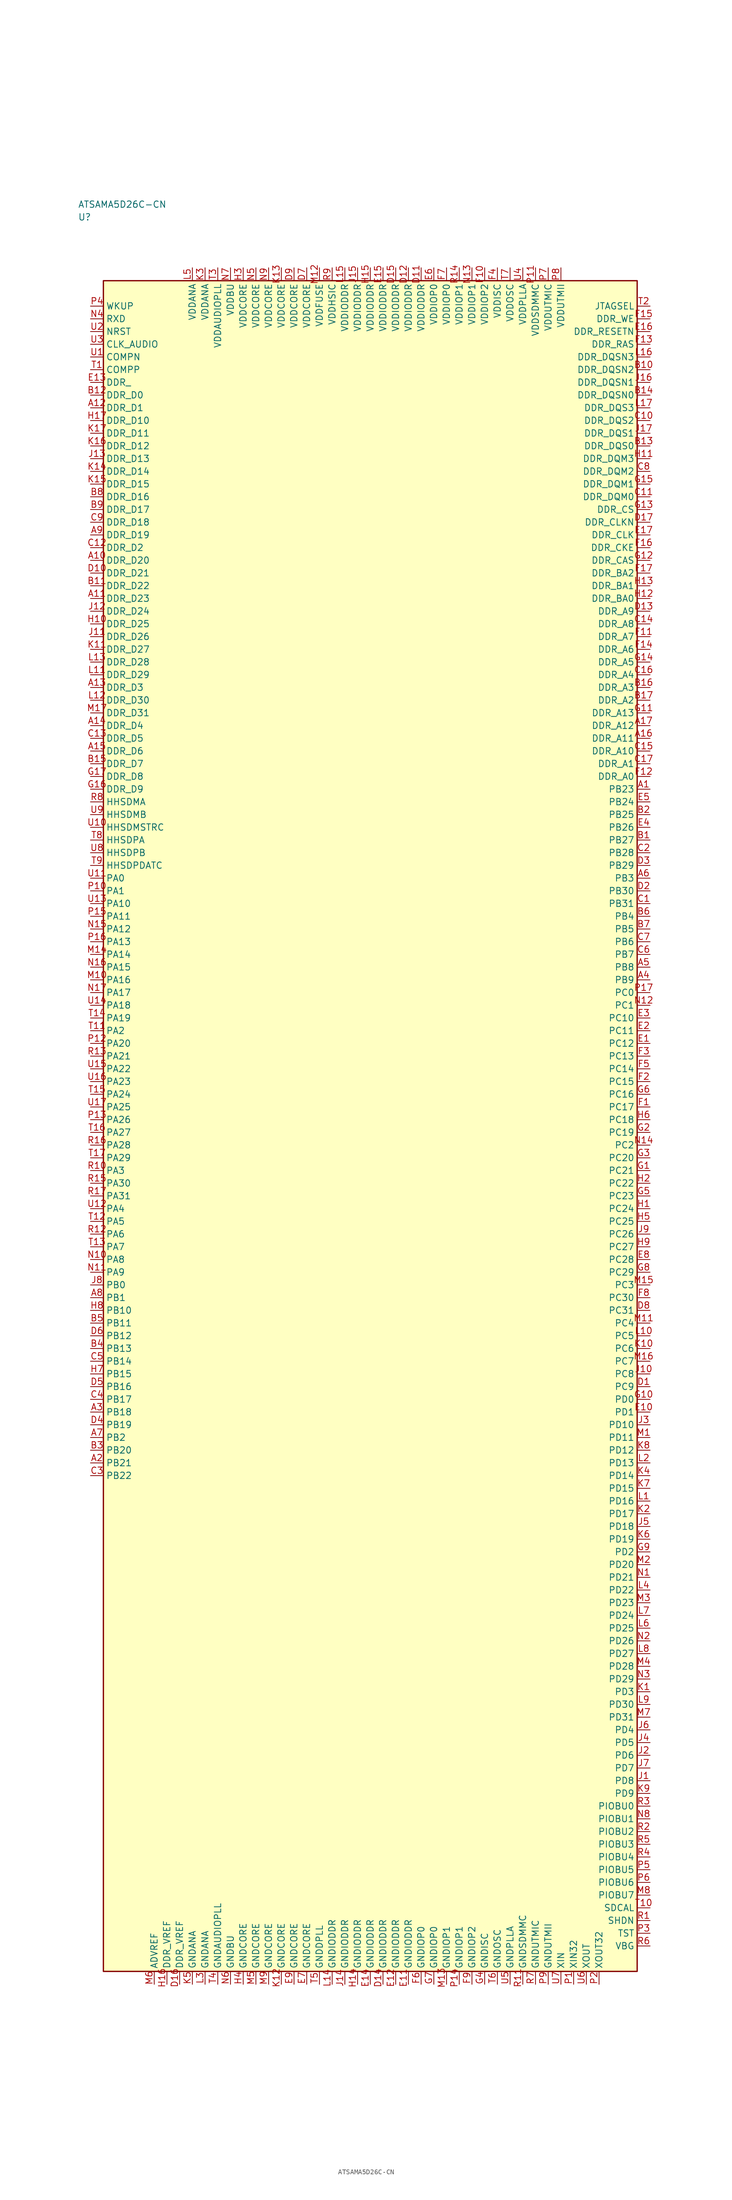
<source format=kicad_sym>
(kicad_symbol_lib
  (version 20241025)
  (generator "kicad_symbol_editor")
  (generator_version "8.0")
  (symbol "ATSAMA5D26C-CN"
    (property "Reference" "U"
      (at -57.5 178.75 0)
      (effects (font (size 1.27 1.27)) (justify left)))
    (property "Value" "ATSAMA5D26C-CN"
      (at -57.5 181.25 0)
      (effects (font (size 1.27 1.27)) (justify left)))
    (symbol "ATSAMA5D26C-CN_0_1"
      (rectangle (start -52.5 166.25) (end 52.5 -166.25) (stroke (width 0.254) (type default)) (fill (type background))))
    (symbol "ATSAMA5D26C-CN_1_1"
      (pin bidirectional line (at -55.04 48.75 0.0) (length 2.54) (name "PA0" (effects (font (size 1.27 1.27)))) (number "U11" (effects (font (size 1.27 1.27)))))
      (pin bidirectional line (at -55.04 46.25 0.0) (length 2.54) (name "PA1" (effects (font (size 1.27 1.27)))) (number "P10" (effects (font (size 1.27 1.27)))))
      (pin bidirectional line (at -55.04 18.75 0.0) (length 2.54) (name "PA2" (effects (font (size 1.27 1.27)))) (number "T11" (effects (font (size 1.27 1.27)))))
      (pin bidirectional line (at -55.04 -8.75 0.0) (length 2.54) (name "PA3" (effects (font (size 1.27 1.27)))) (number "R10" (effects (font (size 1.27 1.27)))))
      (pin bidirectional line (at -55.04 -16.25 0.0) (length 2.54) (name "PA4" (effects (font (size 1.27 1.27)))) (number "U12" (effects (font (size 1.27 1.27)))))
      (pin bidirectional line (at -55.04 -18.75 0.0) (length 2.54) (name "PA5" (effects (font (size 1.27 1.27)))) (number "T12" (effects (font (size 1.27 1.27)))))
      (pin bidirectional line (at -55.04 -21.25 0.0) (length 2.54) (name "PA6" (effects (font (size 1.27 1.27)))) (number "R12" (effects (font (size 1.27 1.27)))))
      (pin bidirectional line (at -55.04 -23.75 0.0) (length 2.54) (name "PA7" (effects (font (size 1.27 1.27)))) (number "T13" (effects (font (size 1.27 1.27)))))
      (pin bidirectional line (at -55.04 -26.25 0.0) (length 2.54) (name "PA8" (effects (font (size 1.27 1.27)))) (number "N10" (effects (font (size 1.27 1.27)))))
      (pin bidirectional line (at -55.04 -28.75 0.0) (length 2.54) (name "PA9" (effects (font (size 1.27 1.27)))) (number "N11" (effects (font (size 1.27 1.27)))))
      (pin bidirectional line (at -55.04 43.75 0.0) (length 2.54) (name "PA10" (effects (font (size 1.27 1.27)))) (number "U13" (effects (font (size 1.27 1.27)))))
      (pin bidirectional line (at -55.04 41.25 0.0) (length 2.54) (name "PA11" (effects (font (size 1.27 1.27)))) (number "P15" (effects (font (size 1.27 1.27)))))
      (pin bidirectional line (at -55.04 38.75 0.0) (length 2.54) (name "PA12" (effects (font (size 1.27 1.27)))) (number "N15" (effects (font (size 1.27 1.27)))))
      (pin bidirectional line (at -55.04 36.25 0.0) (length 2.54) (name "PA13" (effects (font (size 1.27 1.27)))) (number "P16" (effects (font (size 1.27 1.27)))))
      (pin bidirectional line (at -55.04 33.75 0.0) (length 2.54) (name "PA14" (effects (font (size 1.27 1.27)))) (number "M14" (effects (font (size 1.27 1.27)))))
      (pin bidirectional line (at -55.04 31.25 0.0) (length 2.54) (name "PA15" (effects (font (size 1.27 1.27)))) (number "N16" (effects (font (size 1.27 1.27)))))
      (pin bidirectional line (at -55.04 28.75 0.0) (length 2.54) (name "PA16" (effects (font (size 1.27 1.27)))) (number "M10" (effects (font (size 1.27 1.27)))))
      (pin bidirectional line (at -55.04 26.25 0.0) (length 2.54) (name "PA17" (effects (font (size 1.27 1.27)))) (number "N17" (effects (font (size 1.27 1.27)))))
      (pin bidirectional line (at -55.04 23.75 0.0) (length 2.54) (name "PA18" (effects (font (size 1.27 1.27)))) (number "U14" (effects (font (size 1.27 1.27)))))
      (pin bidirectional line (at -55.04 21.25 0.0) (length 2.54) (name "PA19" (effects (font (size 1.27 1.27)))) (number "T14" (effects (font (size 1.27 1.27)))))
      (pin bidirectional line (at -55.04 16.25 0.0) (length 2.54) (name "PA20" (effects (font (size 1.27 1.27)))) (number "P12" (effects (font (size 1.27 1.27)))))
      (pin bidirectional line (at -55.04 13.75 0.0) (length 2.54) (name "PA21" (effects (font (size 1.27 1.27)))) (number "R13" (effects (font (size 1.27 1.27)))))
      (pin bidirectional line (at -55.04 11.25 0.0) (length 2.54) (name "PA22" (effects (font (size 1.27 1.27)))) (number "U15" (effects (font (size 1.27 1.27)))))
      (pin bidirectional line (at -55.04 8.75 0.0) (length 2.54) (name "PA23" (effects (font (size 1.27 1.27)))) (number "U16" (effects (font (size 1.27 1.27)))))
      (pin bidirectional line (at -55.04 6.25 0.0) (length 2.54) (name "PA24" (effects (font (size 1.27 1.27)))) (number "T15" (effects (font (size 1.27 1.27)))))
      (pin bidirectional line (at -55.04 3.75 0.0) (length 2.54) (name "PA25" (effects (font (size 1.27 1.27)))) (number "U17" (effects (font (size 1.27 1.27)))))
      (pin bidirectional line (at -55.04 1.25 0.0) (length 2.54) (name "PA26" (effects (font (size 1.27 1.27)))) (number "P13" (effects (font (size 1.27 1.27)))))
      (pin bidirectional line (at -55.04 -1.25 0.0) (length 2.54) (name "PA27" (effects (font (size 1.27 1.27)))) (number "T16" (effects (font (size 1.27 1.27)))))
      (pin bidirectional line (at -55.04 -3.75 0.0) (length 2.54) (name "PA28" (effects (font (size 1.27 1.27)))) (number "R16" (effects (font (size 1.27 1.27)))))
      (pin bidirectional line (at -55.04 -6.25 0.0) (length 2.54) (name "PA29" (effects (font (size 1.27 1.27)))) (number "T17" (effects (font (size 1.27 1.27)))))
      (pin bidirectional line (at -55.04 -11.25 0.0) (length 2.54) (name "PA30" (effects (font (size 1.27 1.27)))) (number "R15" (effects (font (size 1.27 1.27)))))
      (pin bidirectional line (at -55.04 -13.75 0.0) (length 2.54) (name "PA31" (effects (font (size 1.27 1.27)))) (number "R17" (effects (font (size 1.27 1.27)))))
      (pin bidirectional line (at -55.04 -31.25 0.0) (length 2.54) (name "PB0" (effects (font (size 1.27 1.27)))) (number "J8" (effects (font (size 1.27 1.27)))))
      (pin bidirectional line (at -55.04 -33.75 0.0) (length 2.54) (name "PB1" (effects (font (size 1.27 1.27)))) (number "A8" (effects (font (size 1.27 1.27)))))
      (pin bidirectional line (at -55.04 -61.25 0.0) (length 2.54) (name "PB2" (effects (font (size 1.27 1.27)))) (number "A7" (effects (font (size 1.27 1.27)))))
      (pin bidirectional line (at 55.04 48.75 180.0) (length 2.54) (name "PB3" (effects (font (size 1.27 1.27)))) (number "A6" (effects (font (size 1.27 1.27)))))
      (pin bidirectional line (at 55.04 41.25 180.0) (length 2.54) (name "PB4" (effects (font (size 1.27 1.27)))) (number "B6" (effects (font (size 1.27 1.27)))))
      (pin bidirectional line (at 55.04 38.75 180.0) (length 2.54) (name "PB5" (effects (font (size 1.27 1.27)))) (number "B7" (effects (font (size 1.27 1.27)))))
      (pin bidirectional line (at 55.04 36.25 180.0) (length 2.54) (name "PB6" (effects (font (size 1.27 1.27)))) (number "C7" (effects (font (size 1.27 1.27)))))
      (pin bidirectional line (at 55.04 33.75 180.0) (length 2.54) (name "PB7" (effects (font (size 1.27 1.27)))) (number "C6" (effects (font (size 1.27 1.27)))))
      (pin bidirectional line (at 55.04 31.25 180.0) (length 2.54) (name "PB8" (effects (font (size 1.27 1.27)))) (number "A5" (effects (font (size 1.27 1.27)))))
      (pin bidirectional line (at 55.04 28.75 180.0) (length 2.54) (name "PB9" (effects (font (size 1.27 1.27)))) (number "A4" (effects (font (size 1.27 1.27)))))
      (pin bidirectional line (at -55.04 -36.25 0.0) (length 2.54) (name "PB10" (effects (font (size 1.27 1.27)))) (number "H8" (effects (font (size 1.27 1.27)))))
      (pin bidirectional line (at -55.04 -38.75 0.0) (length 2.54) (name "PB11" (effects (font (size 1.27 1.27)))) (number "B5" (effects (font (size 1.27 1.27)))))
      (pin bidirectional line (at -55.04 -41.25 0.0) (length 2.54) (name "PB12" (effects (font (size 1.27 1.27)))) (number "D6" (effects (font (size 1.27 1.27)))))
      (pin bidirectional line (at -55.04 -43.75 0.0) (length 2.54) (name "PB13" (effects (font (size 1.27 1.27)))) (number "B4" (effects (font (size 1.27 1.27)))))
      (pin bidirectional line (at -55.04 -46.25 0.0) (length 2.54) (name "PB14" (effects (font (size 1.27 1.27)))) (number "C5" (effects (font (size 1.27 1.27)))))
      (pin bidirectional line (at -55.04 -48.75 0.0) (length 2.54) (name "PB15" (effects (font (size 1.27 1.27)))) (number "H7" (effects (font (size 1.27 1.27)))))
      (pin bidirectional line (at -55.04 -51.25 0.0) (length 2.54) (name "PB16" (effects (font (size 1.27 1.27)))) (number "D5" (effects (font (size 1.27 1.27)))))
      (pin bidirectional line (at -55.04 -53.75 0.0) (length 2.54) (name "PB17" (effects (font (size 1.27 1.27)))) (number "C4" (effects (font (size 1.27 1.27)))))
      (pin bidirectional line (at -55.04 -56.25 0.0) (length 2.54) (name "PB18" (effects (font (size 1.27 1.27)))) (number "A3" (effects (font (size 1.27 1.27)))))
      (pin bidirectional line (at -55.04 -58.75 0.0) (length 2.54) (name "PB19" (effects (font (size 1.27 1.27)))) (number "D4" (effects (font (size 1.27 1.27)))))
      (pin bidirectional line (at -55.04 -63.75 0.0) (length 2.54) (name "PB20" (effects (font (size 1.27 1.27)))) (number "B3" (effects (font (size 1.27 1.27)))))
      (pin bidirectional line (at -55.04 -66.25 0.0) (length 2.54) (name "PB21" (effects (font (size 1.27 1.27)))) (number "A2" (effects (font (size 1.27 1.27)))))
      (pin bidirectional line (at -55.04 -68.75 0.0) (length 2.54) (name "PB22" (effects (font (size 1.27 1.27)))) (number "C3" (effects (font (size 1.27 1.27)))))
      (pin bidirectional line (at 55.04 66.25 180.0) (length 2.54) (name "PB23" (effects (font (size 1.27 1.27)))) (number "A1" (effects (font (size 1.27 1.27)))))
      (pin bidirectional line (at 55.04 63.75 180.0) (length 2.54) (name "PB24" (effects (font (size 1.27 1.27)))) (number "E5" (effects (font (size 1.27 1.27)))))
      (pin bidirectional line (at 55.04 61.25 180.0) (length 2.54) (name "PB25" (effects (font (size 1.27 1.27)))) (number "B2" (effects (font (size 1.27 1.27)))))
      (pin bidirectional line (at 55.04 58.75 180.0) (length 2.54) (name "PB26" (effects (font (size 1.27 1.27)))) (number "E4" (effects (font (size 1.27 1.27)))))
      (pin bidirectional line (at 55.04 56.25 180.0) (length 2.54) (name "PB27" (effects (font (size 1.27 1.27)))) (number "B1" (effects (font (size 1.27 1.27)))))
      (pin bidirectional line (at 55.04 53.75 180.0) (length 2.54) (name "PB28" (effects (font (size 1.27 1.27)))) (number "C2" (effects (font (size 1.27 1.27)))))
      (pin bidirectional line (at 55.04 51.25 180.0) (length 2.54) (name "PB29" (effects (font (size 1.27 1.27)))) (number "D3" (effects (font (size 1.27 1.27)))))
      (pin bidirectional line (at 55.04 46.25 180.0) (length 2.54) (name "PB30" (effects (font (size 1.27 1.27)))) (number "D2" (effects (font (size 1.27 1.27)))))
      (pin bidirectional line (at 55.04 43.75 180.0) (length 2.54) (name "PB31" (effects (font (size 1.27 1.27)))) (number "C1" (effects (font (size 1.27 1.27)))))
      (pin bidirectional line (at 55.04 26.25 180.0) (length 2.54) (name "PC0" (effects (font (size 1.27 1.27)))) (number "P17" (effects (font (size 1.27 1.27)))))
      (pin bidirectional line (at 55.04 23.75 180.0) (length 2.54) (name "PC1" (effects (font (size 1.27 1.27)))) (number "N12" (effects (font (size 1.27 1.27)))))
      (pin bidirectional line (at 55.04 -3.75 180.0) (length 2.54) (name "PC2" (effects (font (size 1.27 1.27)))) (number "N14" (effects (font (size 1.27 1.27)))))
      (pin bidirectional line (at 55.04 -31.25 180.0) (length 2.54) (name "PC3" (effects (font (size 1.27 1.27)))) (number "M15" (effects (font (size 1.27 1.27)))))
      (pin bidirectional line (at 55.04 -38.75 180.0) (length 2.54) (name "PC4" (effects (font (size 1.27 1.27)))) (number "M11" (effects (font (size 1.27 1.27)))))
      (pin bidirectional line (at 55.04 -41.25 180.0) (length 2.54) (name "PC5" (effects (font (size 1.27 1.27)))) (number "L10" (effects (font (size 1.27 1.27)))))
      (pin bidirectional line (at 55.04 -43.75 180.0) (length 2.54) (name "PC6" (effects (font (size 1.27 1.27)))) (number "K10" (effects (font (size 1.27 1.27)))))
      (pin bidirectional line (at 55.04 -46.25 180.0) (length 2.54) (name "PC7" (effects (font (size 1.27 1.27)))) (number "M16" (effects (font (size 1.27 1.27)))))
      (pin bidirectional line (at 55.04 -48.75 180.0) (length 2.54) (name "PC8" (effects (font (size 1.27 1.27)))) (number "J10" (effects (font (size 1.27 1.27)))))
      (pin bidirectional line (at 55.04 -51.25 180.0) (length 2.54) (name "PC9" (effects (font (size 1.27 1.27)))) (number "D1" (effects (font (size 1.27 1.27)))))
      (pin bidirectional line (at 55.04 21.25 180.0) (length 2.54) (name "PC10" (effects (font (size 1.27 1.27)))) (number "E3" (effects (font (size 1.27 1.27)))))
      (pin bidirectional line (at 55.04 18.75 180.0) (length 2.54) (name "PC11" (effects (font (size 1.27 1.27)))) (number "E2" (effects (font (size 1.27 1.27)))))
      (pin bidirectional line (at 55.04 16.25 180.0) (length 2.54) (name "PC12" (effects (font (size 1.27 1.27)))) (number "E1" (effects (font (size 1.27 1.27)))))
      (pin bidirectional line (at 55.04 13.75 180.0) (length 2.54) (name "PC13" (effects (font (size 1.27 1.27)))) (number "F3" (effects (font (size 1.27 1.27)))))
      (pin bidirectional line (at 55.04 11.25 180.0) (length 2.54) (name "PC14" (effects (font (size 1.27 1.27)))) (number "F5" (effects (font (size 1.27 1.27)))))
      (pin bidirectional line (at 55.04 8.75 180.0) (length 2.54) (name "PC15" (effects (font (size 1.27 1.27)))) (number "F2" (effects (font (size 1.27 1.27)))))
      (pin bidirectional line (at 55.04 6.25 180.0) (length 2.54) (name "PC16" (effects (font (size 1.27 1.27)))) (number "G6" (effects (font (size 1.27 1.27)))))
      (pin bidirectional line (at 55.04 3.75 180.0) (length 2.54) (name "PC17" (effects (font (size 1.27 1.27)))) (number "F1" (effects (font (size 1.27 1.27)))))
      (pin bidirectional line (at 55.04 1.25 180.0) (length 2.54) (name "PC18" (effects (font (size 1.27 1.27)))) (number "H6" (effects (font (size 1.27 1.27)))))
      (pin bidirectional line (at 55.04 -1.25 180.0) (length 2.54) (name "PC19" (effects (font (size 1.27 1.27)))) (number "G2" (effects (font (size 1.27 1.27)))))
      (pin bidirectional line (at 55.04 -6.25 180.0) (length 2.54) (name "PC20" (effects (font (size 1.27 1.27)))) (number "G3" (effects (font (size 1.27 1.27)))))
      (pin bidirectional line (at 55.04 -8.75 180.0) (length 2.54) (name "PC21" (effects (font (size 1.27 1.27)))) (number "G1" (effects (font (size 1.27 1.27)))))
      (pin bidirectional line (at 55.04 -11.25 180.0) (length 2.54) (name "PC22" (effects (font (size 1.27 1.27)))) (number "H2" (effects (font (size 1.27 1.27)))))
      (pin bidirectional line (at 55.04 -13.75 180.0) (length 2.54) (name "PC23" (effects (font (size 1.27 1.27)))) (number "G5" (effects (font (size 1.27 1.27)))))
      (pin bidirectional line (at 55.04 -16.25 180.0) (length 2.54) (name "PC24" (effects (font (size 1.27 1.27)))) (number "H1" (effects (font (size 1.27 1.27)))))
      (pin bidirectional line (at 55.04 -18.75 180.0) (length 2.54) (name "PC25" (effects (font (size 1.27 1.27)))) (number "H5" (effects (font (size 1.27 1.27)))))
      (pin bidirectional line (at 55.04 -21.25 180.0) (length 2.54) (name "PC26" (effects (font (size 1.27 1.27)))) (number "J9" (effects (font (size 1.27 1.27)))))
      (pin bidirectional line (at 55.04 -23.75 180.0) (length 2.54) (name "PC27" (effects (font (size 1.27 1.27)))) (number "H9" (effects (font (size 1.27 1.27)))))
      (pin bidirectional line (at 55.04 -26.25 180.0) (length 2.54) (name "PC28" (effects (font (size 1.27 1.27)))) (number "E8" (effects (font (size 1.27 1.27)))))
      (pin bidirectional line (at 55.04 -28.75 180.0) (length 2.54) (name "PC29" (effects (font (size 1.27 1.27)))) (number "G8" (effects (font (size 1.27 1.27)))))
      (pin bidirectional line (at 55.04 -33.75 180.0) (length 2.54) (name "PC30" (effects (font (size 1.27 1.27)))) (number "F8" (effects (font (size 1.27 1.27)))))
      (pin bidirectional line (at 55.04 -36.25 180.0) (length 2.54) (name "PC31" (effects (font (size 1.27 1.27)))) (number "D8" (effects (font (size 1.27 1.27)))))
      (pin bidirectional line (at 55.04 -53.75 180.0) (length 2.54) (name "PD0" (effects (font (size 1.27 1.27)))) (number "G10" (effects (font (size 1.27 1.27)))))
      (pin bidirectional line (at 55.04 -56.25 180.0) (length 2.54) (name "PD1" (effects (font (size 1.27 1.27)))) (number "E10" (effects (font (size 1.27 1.27)))))
      (pin bidirectional line (at 55.04 -83.75 180.0) (length 2.54) (name "PD2" (effects (font (size 1.27 1.27)))) (number "G9" (effects (font (size 1.27 1.27)))))
      (pin bidirectional line (at 55.04 -111.25 180.0) (length 2.54) (name "PD3" (effects (font (size 1.27 1.27)))) (number "K1" (effects (font (size 1.27 1.27)))))
      (pin bidirectional line (at 55.04 -118.75 180.0) (length 2.54) (name "PD4" (effects (font (size 1.27 1.27)))) (number "J6" (effects (font (size 1.27 1.27)))))
      (pin bidirectional line (at 55.04 -121.25 180.0) (length 2.54) (name "PD5" (effects (font (size 1.27 1.27)))) (number "J4" (effects (font (size 1.27 1.27)))))
      (pin bidirectional line (at 55.04 -123.75 180.0) (length 2.54) (name "PD6" (effects (font (size 1.27 1.27)))) (number "J2" (effects (font (size 1.27 1.27)))))
      (pin bidirectional line (at 55.04 -126.25 180.0) (length 2.54) (name "PD7" (effects (font (size 1.27 1.27)))) (number "J7" (effects (font (size 1.27 1.27)))))
      (pin bidirectional line (at 55.04 -128.75 180.0) (length 2.54) (name "PD8" (effects (font (size 1.27 1.27)))) (number "J1" (effects (font (size 1.27 1.27)))))
      (pin bidirectional line (at 55.04 -131.25 180.0) (length 2.54) (name "PD9" (effects (font (size 1.27 1.27)))) (number "K9" (effects (font (size 1.27 1.27)))))
      (pin bidirectional line (at 55.04 -58.75 180.0) (length 2.54) (name "PD10" (effects (font (size 1.27 1.27)))) (number "J3" (effects (font (size 1.27 1.27)))))
      (pin bidirectional line (at 55.04 -61.25 180.0) (length 2.54) (name "PD11" (effects (font (size 1.27 1.27)))) (number "M1" (effects (font (size 1.27 1.27)))))
      (pin bidirectional line (at 55.04 -63.75 180.0) (length 2.54) (name "PD12" (effects (font (size 1.27 1.27)))) (number "K8" (effects (font (size 1.27 1.27)))))
      (pin bidirectional line (at 55.04 -66.25 180.0) (length 2.54) (name "PD13" (effects (font (size 1.27 1.27)))) (number "L2" (effects (font (size 1.27 1.27)))))
      (pin bidirectional line (at 55.04 -68.75 180.0) (length 2.54) (name "PD14" (effects (font (size 1.27 1.27)))) (number "K4" (effects (font (size 1.27 1.27)))))
      (pin bidirectional line (at 55.04 -71.25 180.0) (length 2.54) (name "PD15" (effects (font (size 1.27 1.27)))) (number "K7" (effects (font (size 1.27 1.27)))))
      (pin bidirectional line (at 55.04 -73.75 180.0) (length 2.54) (name "PD16" (effects (font (size 1.27 1.27)))) (number "L1" (effects (font (size 1.27 1.27)))))
      (pin bidirectional line (at 55.04 -76.25 180.0) (length 2.54) (name "PD17" (effects (font (size 1.27 1.27)))) (number "K2" (effects (font (size 1.27 1.27)))))
      (pin bidirectional line (at 55.04 -78.75 180.0) (length 2.54) (name "PD18" (effects (font (size 1.27 1.27)))) (number "J5" (effects (font (size 1.27 1.27)))))
      (pin bidirectional line (at 55.04 -81.25 180.0) (length 2.54) (name "PD19" (effects (font (size 1.27 1.27)))) (number "K6" (effects (font (size 1.27 1.27)))))
      (pin bidirectional line (at 55.04 -86.25 180.0) (length 2.54) (name "PD20" (effects (font (size 1.27 1.27)))) (number "M2" (effects (font (size 1.27 1.27)))))
      (pin bidirectional line (at 55.04 -88.75 180.0) (length 2.54) (name "PD21" (effects (font (size 1.27 1.27)))) (number "N1" (effects (font (size 1.27 1.27)))))
      (pin bidirectional line (at 55.04 -91.25 180.0) (length 2.54) (name "PD22" (effects (font (size 1.27 1.27)))) (number "L4" (effects (font (size 1.27 1.27)))))
      (pin bidirectional line (at 55.04 -93.75 180.0) (length 2.54) (name "PD23" (effects (font (size 1.27 1.27)))) (number "M3" (effects (font (size 1.27 1.27)))))
      (pin bidirectional line (at 55.04 -96.25 180.0) (length 2.54) (name "PD24" (effects (font (size 1.27 1.27)))) (number "L7" (effects (font (size 1.27 1.27)))))
      (pin bidirectional line (at 55.04 -98.75 180.0) (length 2.54) (name "PD25" (effects (font (size 1.27 1.27)))) (number "L6" (effects (font (size 1.27 1.27)))))
      (pin bidirectional line (at 55.04 -101.25 180.0) (length 2.54) (name "PD26" (effects (font (size 1.27 1.27)))) (number "N2" (effects (font (size 1.27 1.27)))))
      (pin bidirectional line (at 55.04 -103.75 180.0) (length 2.54) (name "PD27" (effects (font (size 1.27 1.27)))) (number "L8" (effects (font (size 1.27 1.27)))))
      (pin bidirectional line (at 55.04 -106.25 180.0) (length 2.54) (name "PD28" (effects (font (size 1.27 1.27)))) (number "M4" (effects (font (size 1.27 1.27)))))
      (pin bidirectional line (at 55.04 -108.75 180.0) (length 2.54) (name "PD29" (effects (font (size 1.27 1.27)))) (number "N3" (effects (font (size 1.27 1.27)))))
      (pin bidirectional line (at 55.04 -113.75 180.0) (length 2.54) (name "PD30" (effects (font (size 1.27 1.27)))) (number "L9" (effects (font (size 1.27 1.27)))))
      (pin bidirectional line (at 55.04 -116.25 180.0) (length 2.54) (name "PD31" (effects (font (size 1.27 1.27)))) (number "M7" (effects (font (size 1.27 1.27)))))
      (pin power_in line (at -35.0 168.79 270.0) (length 2.54) (name "VDDANA" (effects (font (size 1.27 1.27)))) (number "L5" (effects (font (size 1.27 1.27)))))
      (pin passive line (at -35.0 -168.79 90.0) (length 2.54) (name "GNDANA" (effects (font (size 1.27 1.27)))) (number "K5" (effects (font (size 1.27 1.27)))))
      (pin passive line (at -42.5 -168.79 90.0) (length 2.54) (name "ADVREF" (effects (font (size 1.27 1.27)))) (number "M6" (effects (font (size 1.27 1.27)))))
      (pin power_in line (at -32.5 168.79 270.0) (length 2.54) (name "VDDANA" (effects (font (size 1.27 1.27)))) (number "K3" (effects (font (size 1.27 1.27)))))
      (pin passive line (at -32.5 -168.79 90.0) (length 2.54) (name "GNDANA" (effects (font (size 1.27 1.27)))) (number "L3" (effects (font (size 1.27 1.27)))))
      (pin passive line (at -40.0 -168.79 90.0) (length 2.54) (name "DDR_VREF" (effects (font (size 1.27 1.27)))) (number "H16" (effects (font (size 1.27 1.27)))))
      (pin passive line (at -37.5 -168.79 90.0) (length 2.54) (name "DDR_VREF" (effects (font (size 1.27 1.27)))) (number "D16" (effects (font (size 1.27 1.27)))))
      (pin bidirectional line (at -55.04 143.75 0.0) (length 2.54) (name "DDR_D0" (effects (font (size 1.27 1.27)))) (number "B12" (effects (font (size 1.27 1.27)))))
      (pin bidirectional line (at -55.04 141.25 0.0) (length 2.54) (name "DDR_D1" (effects (font (size 1.27 1.27)))) (number "A12" (effects (font (size 1.27 1.27)))))
      (pin bidirectional line (at -55.04 113.75 0.0) (length 2.54) (name "DDR_D2" (effects (font (size 1.27 1.27)))) (number "C12" (effects (font (size 1.27 1.27)))))
      (pin bidirectional line (at -55.04 86.25 0.0) (length 2.54) (name "DDR_D3" (effects (font (size 1.27 1.27)))) (number "A13" (effects (font (size 1.27 1.27)))))
      (pin bidirectional line (at -55.04 78.75 0.0) (length 2.54) (name "DDR_D4" (effects (font (size 1.27 1.27)))) (number "A14" (effects (font (size 1.27 1.27)))))
      (pin bidirectional line (at -55.04 76.25 0.0) (length 2.54) (name "DDR_D5" (effects (font (size 1.27 1.27)))) (number "C13" (effects (font (size 1.27 1.27)))))
      (pin bidirectional line (at -55.04 73.75 0.0) (length 2.54) (name "DDR_D6" (effects (font (size 1.27 1.27)))) (number "A15" (effects (font (size 1.27 1.27)))))
      (pin bidirectional line (at -55.04 71.25 0.0) (length 2.54) (name "DDR_D7" (effects (font (size 1.27 1.27)))) (number "B15" (effects (font (size 1.27 1.27)))))
      (pin bidirectional line (at -55.04 68.75 0.0) (length 2.54) (name "DDR_D8" (effects (font (size 1.27 1.27)))) (number "G17" (effects (font (size 1.27 1.27)))))
      (pin bidirectional line (at -55.04 66.25 0.0) (length 2.54) (name "DDR_D9" (effects (font (size 1.27 1.27)))) (number "G16" (effects (font (size 1.27 1.27)))))
      (pin bidirectional line (at -55.04 138.75 0.0) (length 2.54) (name "DDR_D10" (effects (font (size 1.27 1.27)))) (number "H17" (effects (font (size 1.27 1.27)))))
      (pin bidirectional line (at -55.04 136.25 0.0) (length 2.54) (name "DDR_D11" (effects (font (size 1.27 1.27)))) (number "K17" (effects (font (size 1.27 1.27)))))
      (pin bidirectional line (at -55.04 133.75 0.0) (length 2.54) (name "DDR_D12" (effects (font (size 1.27 1.27)))) (number "K16" (effects (font (size 1.27 1.27)))))
      (pin bidirectional line (at -55.04 131.25 0.0) (length 2.54) (name "DDR_D13" (effects (font (size 1.27 1.27)))) (number "J13" (effects (font (size 1.27 1.27)))))
      (pin bidirectional line (at -55.04 128.75 0.0) (length 2.54) (name "DDR_D14" (effects (font (size 1.27 1.27)))) (number "K14" (effects (font (size 1.27 1.27)))))
      (pin bidirectional line (at -55.04 126.25 0.0) (length 2.54) (name "DDR_D15" (effects (font (size 1.27 1.27)))) (number "K15" (effects (font (size 1.27 1.27)))))
      (pin bidirectional line (at -55.04 123.75 0.0) (length 2.54) (name "DDR_D16" (effects (font (size 1.27 1.27)))) (number "B8" (effects (font (size 1.27 1.27)))))
      (pin bidirectional line (at -55.04 121.25 0.0) (length 2.54) (name "DDR_D17" (effects (font (size 1.27 1.27)))) (number "B9" (effects (font (size 1.27 1.27)))))
      (pin bidirectional line (at -55.04 118.75 0.0) (length 2.54) (name "DDR_D18" (effects (font (size 1.27 1.27)))) (number "C9" (effects (font (size 1.27 1.27)))))
      (pin bidirectional line (at -55.04 116.25 0.0) (length 2.54) (name "DDR_D19" (effects (font (size 1.27 1.27)))) (number "A9" (effects (font (size 1.27 1.27)))))
      (pin bidirectional line (at -55.04 111.25 0.0) (length 2.54) (name "DDR_D20" (effects (font (size 1.27 1.27)))) (number "A10" (effects (font (size 1.27 1.27)))))
      (pin bidirectional line (at -55.04 108.75 0.0) (length 2.54) (name "DDR_D21" (effects (font (size 1.27 1.27)))) (number "D10" (effects (font (size 1.27 1.27)))))
      (pin bidirectional line (at -55.04 106.25 0.0) (length 2.54) (name "DDR_D22" (effects (font (size 1.27 1.27)))) (number "B11" (effects (font (size 1.27 1.27)))))
      (pin bidirectional line (at -55.04 103.75 0.0) (length 2.54) (name "DDR_D23" (effects (font (size 1.27 1.27)))) (number "A11" (effects (font (size 1.27 1.27)))))
      (pin bidirectional line (at -55.04 101.25 0.0) (length 2.54) (name "DDR_D24" (effects (font (size 1.27 1.27)))) (number "J12" (effects (font (size 1.27 1.27)))))
      (pin bidirectional line (at -55.04 98.75 0.0) (length 2.54) (name "DDR_D25" (effects (font (size 1.27 1.27)))) (number "H10" (effects (font (size 1.27 1.27)))))
      (pin bidirectional line (at -55.04 96.25 0.0) (length 2.54) (name "DDR_D26" (effects (font (size 1.27 1.27)))) (number "J11" (effects (font (size 1.27 1.27)))))
      (pin bidirectional line (at -55.04 93.75 0.0) (length 2.54) (name "DDR_D27" (effects (font (size 1.27 1.27)))) (number "K11" (effects (font (size 1.27 1.27)))))
      (pin bidirectional line (at -55.04 91.25 0.0) (length 2.54) (name "DDR_D28" (effects (font (size 1.27 1.27)))) (number "L13" (effects (font (size 1.27 1.27)))))
      (pin bidirectional line (at -55.04 88.75 0.0) (length 2.54) (name "DDR_D29" (effects (font (size 1.27 1.27)))) (number "L11" (effects (font (size 1.27 1.27)))))
      (pin bidirectional line (at -55.04 83.75 0.0) (length 2.54) (name "DDR_D30" (effects (font (size 1.27 1.27)))) (number "L12" (effects (font (size 1.27 1.27)))))
      (pin bidirectional line (at -55.04 81.25 0.0) (length 2.54) (name "DDR_D31" (effects (font (size 1.27 1.27)))) (number "M17" (effects (font (size 1.27 1.27)))))
      (pin output line (at 55.04 68.75 180.0) (length 2.54) (name "DDR_A0" (effects (font (size 1.27 1.27)))) (number "F12" (effects (font (size 1.27 1.27)))))
      (pin output line (at 55.04 71.25 180.0) (length 2.54) (name "DDR_A1" (effects (font (size 1.27 1.27)))) (number "C17" (effects (font (size 1.27 1.27)))))
      (pin output line (at 55.04 83.75 180.0) (length 2.54) (name "DDR_A2" (effects (font (size 1.27 1.27)))) (number "B17" (effects (font (size 1.27 1.27)))))
      (pin output line (at 55.04 86.25 180.0) (length 2.54) (name "DDR_A3" (effects (font (size 1.27 1.27)))) (number "B16" (effects (font (size 1.27 1.27)))))
      (pin output line (at 55.04 88.75 180.0) (length 2.54) (name "DDR_A4" (effects (font (size 1.27 1.27)))) (number "C16" (effects (font (size 1.27 1.27)))))
      (pin output line (at 55.04 91.25 180.0) (length 2.54) (name "DDR_A5" (effects (font (size 1.27 1.27)))) (number "G14" (effects (font (size 1.27 1.27)))))
      (pin output line (at 55.04 93.75 180.0) (length 2.54) (name "DDR_A6" (effects (font (size 1.27 1.27)))) (number "F14" (effects (font (size 1.27 1.27)))))
      (pin output line (at 55.04 96.25 180.0) (length 2.54) (name "DDR_A7" (effects (font (size 1.27 1.27)))) (number "F11" (effects (font (size 1.27 1.27)))))
      (pin output line (at 55.04 98.75 180.0) (length 2.54) (name "DDR_A8" (effects (font (size 1.27 1.27)))) (number "C14" (effects (font (size 1.27 1.27)))))
      (pin output line (at 55.04 101.25 180.0) (length 2.54) (name "DDR_A9" (effects (font (size 1.27 1.27)))) (number "D13" (effects (font (size 1.27 1.27)))))
      (pin output line (at 55.04 73.75 180.0) (length 2.54) (name "DDR_A10" (effects (font (size 1.27 1.27)))) (number "C15" (effects (font (size 1.27 1.27)))))
      (pin output line (at 55.04 76.25 180.0) (length 2.54) (name "DDR_A11" (effects (font (size 1.27 1.27)))) (number "A16" (effects (font (size 1.27 1.27)))))
      (pin output line (at 55.04 78.75 180.0) (length 2.54) (name "DDR_A12" (effects (font (size 1.27 1.27)))) (number "A17" (effects (font (size 1.27 1.27)))))
      (pin output line (at 55.04 81.25 180.0) (length 2.54) (name "DDR_A13" (effects (font (size 1.27 1.27)))) (number "G11" (effects (font (size 1.27 1.27)))))
      (pin output line (at 55.04 116.25 180.0) (length 2.54) (name "DDR_CLK" (effects (font (size 1.27 1.27)))) (number "E17" (effects (font (size 1.27 1.27)))))
      (pin output line (at 55.04 118.75 180.0) (length 2.54) (name "DDR_CLKN" (effects (font (size 1.27 1.27)))) (number "D17" (effects (font (size 1.27 1.27)))))
      (pin output line (at 55.04 113.75 180.0) (length 2.54) (name "DDR_CKE" (effects (font (size 1.27 1.27)))) (number "F16" (effects (font (size 1.27 1.27)))))
      (pin output line (at 55.04 156.25 180.0) (length 2.54) (name "DDR_RESETN" (effects (font (size 1.27 1.27)))) (number "E16" (effects (font (size 1.27 1.27)))))
      (pin output line (at 55.04 121.25 180.0) (length 2.54) (name "DDR_CS" (effects (font (size 1.27 1.27)))) (number "G13" (effects (font (size 1.27 1.27)))))
      (pin output line (at 55.04 158.75 180.0) (length 2.54) (name "DDR_WE" (effects (font (size 1.27 1.27)))) (number "F15" (effects (font (size 1.27 1.27)))))
      (pin output line (at 55.04 153.75 180.0) (length 2.54) (name "DDR_RAS" (effects (font (size 1.27 1.27)))) (number "F13" (effects (font (size 1.27 1.27)))))
      (pin output line (at 55.04 111.25 180.0) (length 2.54) (name "DDR_CAS" (effects (font (size 1.27 1.27)))) (number "G12" (effects (font (size 1.27 1.27)))))
      (pin output line (at 55.04 123.75 180.0) (length 2.54) (name "DDR_DQM0" (effects (font (size 1.27 1.27)))) (number "C11" (effects (font (size 1.27 1.27)))))
      (pin output line (at 55.04 126.25 180.0) (length 2.54) (name "DDR_DQM1" (effects (font (size 1.27 1.27)))) (number "G15" (effects (font (size 1.27 1.27)))))
      (pin output line (at 55.04 128.75 180.0) (length 2.54) (name "DDR_DQM2" (effects (font (size 1.27 1.27)))) (number "C8" (effects (font (size 1.27 1.27)))))
      (pin output line (at 55.04 131.25 180.0) (length 2.54) (name "DDR_DQM3" (effects (font (size 1.27 1.27)))) (number "H11" (effects (font (size 1.27 1.27)))))
      (pin output line (at 55.04 133.75 180.0) (length 2.54) (name "DDR_DQS0" (effects (font (size 1.27 1.27)))) (number "B13" (effects (font (size 1.27 1.27)))))
      (pin output line (at 55.04 136.25 180.0) (length 2.54) (name "DDR_DQS1" (effects (font (size 1.27 1.27)))) (number "J17" (effects (font (size 1.27 1.27)))))
      (pin output line (at 55.04 138.75 180.0) (length 2.54) (name "DDR_DQS2" (effects (font (size 1.27 1.27)))) (number "C10" (effects (font (size 1.27 1.27)))))
      (pin output line (at 55.04 141.25 180.0) (length 2.54) (name "DDR_DQS3" (effects (font (size 1.27 1.27)))) (number "L17" (effects (font (size 1.27 1.27)))))
      (pin output line (at 55.04 143.75 180.0) (length 2.54) (name "DDR_DQSN0" (effects (font (size 1.27 1.27)))) (number "B14" (effects (font (size 1.27 1.27)))))
      (pin output line (at 55.04 146.25 180.0) (length 2.54) (name "DDR_DQSN1" (effects (font (size 1.27 1.27)))) (number "J16" (effects (font (size 1.27 1.27)))))
      (pin output line (at 55.04 148.75 180.0) (length 2.54) (name "DDR_DQSN2" (effects (font (size 1.27 1.27)))) (number "B10" (effects (font (size 1.27 1.27)))))
      (pin output line (at 55.04 151.25 180.0) (length 2.54) (name "DDR_DQSN3" (effects (font (size 1.27 1.27)))) (number "L16" (effects (font (size 1.27 1.27)))))
      (pin output line (at 55.04 103.75 180.0) (length 2.54) (name "DDR_BA0" (effects (font (size 1.27 1.27)))) (number "H12" (effects (font (size 1.27 1.27)))))
      (pin output line (at 55.04 106.25 180.0) (length 2.54) (name "DDR_BA1" (effects (font (size 1.27 1.27)))) (number "H13" (effects (font (size 1.27 1.27)))))
      (pin output line (at 55.04 108.75 180.0) (length 2.54) (name "DDR_BA2" (effects (font (size 1.27 1.27)))) (number "F17" (effects (font (size 1.27 1.27)))))
      (pin bidirectional line (at -55.04 146.25 0.0) (length 2.54) (name "DDR_" (effects (font (size 1.27 1.27)))) (number "E13" (effects (font (size 1.27 1.27)))))
      (pin power_in line (at -5.0 168.79 270.0) (length 2.54) (name "VDDIODDR" (effects (font (size 1.27 1.27)))) (number "L15" (effects (font (size 1.27 1.27)))))
      (pin power_in line (at -2.5 168.79 270.0) (length 2.54) (name "VDDIODDR" (effects (font (size 1.27 1.27)))) (number "J15" (effects (font (size 1.27 1.27)))))
      (pin power_in line (at 0.0 168.79 270.0) (length 2.54) (name "VDDIODDR" (effects (font (size 1.27 1.27)))) (number "H15" (effects (font (size 1.27 1.27)))))
      (pin power_in line (at 2.5 168.79 270.0) (length 2.54) (name "VDDIODDR" (effects (font (size 1.27 1.27)))) (number "E15" (effects (font (size 1.27 1.27)))))
      (pin power_in line (at 5.0 168.79 270.0) (length 2.54) (name "VDDIODDR" (effects (font (size 1.27 1.27)))) (number "D15" (effects (font (size 1.27 1.27)))))
      (pin power_in line (at 7.5 168.79 270.0) (length 2.54) (name "VDDIODDR" (effects (font (size 1.27 1.27)))) (number "D12" (effects (font (size 1.27 1.27)))))
      (pin power_in line (at 10.0 168.79 270.0) (length 2.54) (name "VDDIODDR" (effects (font (size 1.27 1.27)))) (number "D11" (effects (font (size 1.27 1.27)))))
      (pin passive line (at -7.5 -168.79 90.0) (length 2.54) (name "GNDIODDR" (effects (font (size 1.27 1.27)))) (number "L14" (effects (font (size 1.27 1.27)))))
      (pin passive line (at -5.0 -168.79 90.0) (length 2.54) (name "GNDIODDR" (effects (font (size 1.27 1.27)))) (number "J14" (effects (font (size 1.27 1.27)))))
      (pin passive line (at -2.5 -168.79 90.0) (length 2.54) (name "GNDIODDR" (effects (font (size 1.27 1.27)))) (number "H14" (effects (font (size 1.27 1.27)))))
      (pin passive line (at 0.0 -168.79 90.0) (length 2.54) (name "GNDIODDR" (effects (font (size 1.27 1.27)))) (number "E14" (effects (font (size 1.27 1.27)))))
      (pin passive line (at 2.5 -168.79 90.0) (length 2.54) (name "GNDIODDR" (effects (font (size 1.27 1.27)))) (number "D14" (effects (font (size 1.27 1.27)))))
      (pin passive line (at 5.0 -168.79 90.0) (length 2.54) (name "GNDIODDR" (effects (font (size 1.27 1.27)))) (number "E12" (effects (font (size 1.27 1.27)))))
      (pin passive line (at 7.5 -168.79 90.0) (length 2.54) (name "GNDIODDR" (effects (font (size 1.27 1.27)))) (number "E11" (effects (font (size 1.27 1.27)))))
      (pin power_in line (at -25.0 168.79 270.0) (length 2.54) (name "VDDCORE" (effects (font (size 1.27 1.27)))) (number "H3" (effects (font (size 1.27 1.27)))))
      (pin power_in line (at -22.5 168.79 270.0) (length 2.54) (name "VDDCORE" (effects (font (size 1.27 1.27)))) (number "N5" (effects (font (size 1.27 1.27)))))
      (pin power_in line (at -20.0 168.79 270.0) (length 2.54) (name "VDDCORE" (effects (font (size 1.27 1.27)))) (number "N9" (effects (font (size 1.27 1.27)))))
      (pin power_in line (at -17.5 168.79 270.0) (length 2.54) (name "VDDCORE" (effects (font (size 1.27 1.27)))) (number "K13" (effects (font (size 1.27 1.27)))))
      (pin power_in line (at -15.0 168.79 270.0) (length 2.54) (name "VDDCORE" (effects (font (size 1.27 1.27)))) (number "D9" (effects (font (size 1.27 1.27)))))
      (pin power_in line (at -12.5 168.79 270.0) (length 2.54) (name "VDDCORE" (effects (font (size 1.27 1.27)))) (number "D7" (effects (font (size 1.27 1.27)))))
      (pin passive line (at -25.0 -168.79 90.0) (length 2.54) (name "GNDCORE" (effects (font (size 1.27 1.27)))) (number "H4" (effects (font (size 1.27 1.27)))))
      (pin passive line (at -22.5 -168.79 90.0) (length 2.54) (name "GNDCORE" (effects (font (size 1.27 1.27)))) (number "M5" (effects (font (size 1.27 1.27)))))
      (pin passive line (at -20.0 -168.79 90.0) (length 2.54) (name "GNDCORE" (effects (font (size 1.27 1.27)))) (number "M9" (effects (font (size 1.27 1.27)))))
      (pin passive line (at -17.5 -168.79 90.0) (length 2.54) (name "GNDCORE" (effects (font (size 1.27 1.27)))) (number "K12" (effects (font (size 1.27 1.27)))))
      (pin passive line (at -15.0 -168.79 90.0) (length 2.54) (name "GNDCORE" (effects (font (size 1.27 1.27)))) (number "E9" (effects (font (size 1.27 1.27)))))
      (pin passive line (at -12.5 -168.79 90.0) (length 2.54) (name "GNDCORE" (effects (font (size 1.27 1.27)))) (number "E7" (effects (font (size 1.27 1.27)))))
      (pin power_in line (at 12.5 168.79 270.0) (length 2.54) (name "VDDIOP0" (effects (font (size 1.27 1.27)))) (number "E6" (effects (font (size 1.27 1.27)))))
      (pin power_in line (at 15.0 168.79 270.0) (length 2.54) (name "VDDIOP0" (effects (font (size 1.27 1.27)))) (number "F7" (effects (font (size 1.27 1.27)))))
      (pin passive line (at 10.0 -168.79 90.0) (length 2.54) (name "GNDIOP0" (effects (font (size 1.27 1.27)))) (number "F6" (effects (font (size 1.27 1.27)))))
      (pin passive line (at 12.5 -168.79 90.0) (length 2.54) (name "GNDIOP0" (effects (font (size 1.27 1.27)))) (number "G7" (effects (font (size 1.27 1.27)))))
      (pin power_in line (at 17.5 168.79 270.0) (length 2.54) (name "VDDIOP1" (effects (font (size 1.27 1.27)))) (number "R14" (effects (font (size 1.27 1.27)))))
      (pin power_in line (at 20.0 168.79 270.0) (length 2.54) (name "VDDIOP1" (effects (font (size 1.27 1.27)))) (number "N13" (effects (font (size 1.27 1.27)))))
      (pin passive line (at 15.0 -168.79 90.0) (length 2.54) (name "GNDIOP1" (effects (font (size 1.27 1.27)))) (number "M13" (effects (font (size 1.27 1.27)))))
      (pin passive line (at 17.5 -168.79 90.0) (length 2.54) (name "GNDIOP1" (effects (font (size 1.27 1.27)))) (number "P14" (effects (font (size 1.27 1.27)))))
      (pin power_in line (at 22.5 168.79 270.0) (length 2.54) (name "VDDIOP2" (effects (font (size 1.27 1.27)))) (number "F10" (effects (font (size 1.27 1.27)))))
      (pin passive line (at 20.0 -168.79 90.0) (length 2.54) (name "GNDIOP2" (effects (font (size 1.27 1.27)))) (number "F9" (effects (font (size 1.27 1.27)))))
      (pin power_in line (at 32.5 168.79 270.0) (length 2.54) (name "VDDSDMMC" (effects (font (size 1.27 1.27)))) (number "P11" (effects (font (size 1.27 1.27)))))
      (pin passive line (at 30.0 -168.79 90.0) (length 2.54) (name "GNDSDMMC" (effects (font (size 1.27 1.27)))) (number "R11" (effects (font (size 1.27 1.27)))))
      (pin power_in line (at 25.0 168.79 270.0) (length 2.54) (name "VDDISC" (effects (font (size 1.27 1.27)))) (number "F4" (effects (font (size 1.27 1.27)))))
      (pin passive line (at 22.5 -168.79 90.0) (length 2.54) (name "GNDISC" (effects (font (size 1.27 1.27)))) (number "G4" (effects (font (size 1.27 1.27)))))
      (pin power_in line (at -10.0 168.79 270.0) (length 2.54) (name "VDDFUSE" (effects (font (size 1.27 1.27)))) (number "M12" (effects (font (size 1.27 1.27)))))
      (pin power_in line (at 30.0 168.79 270.0) (length 2.54) (name "VDDPLLA" (effects (font (size 1.27 1.27)))) (number "U4" (effects (font (size 1.27 1.27)))))
      (pin passive line (at 27.5 -168.79 90.0) (length 2.54) (name "GNDPLLA" (effects (font (size 1.27 1.27)))) (number "U5" (effects (font (size 1.27 1.27)))))
      (pin power_in line (at -30.0 168.79 270.0) (length 2.54) (name "VDDAUDIOPLL" (effects (font (size 1.27 1.27)))) (number "T3" (effects (font (size 1.27 1.27)))))
      (pin passive line (at -10.0 -168.79 90.0) (length 2.54) (name "GNDDPLL" (effects (font (size 1.27 1.27)))) (number "T5" (effects (font (size 1.27 1.27)))))
      (pin passive line (at -30.0 -168.79 90.0) (length 2.54) (name "GNDAUDIOPLL" (effects (font (size 1.27 1.27)))) (number "T4" (effects (font (size 1.27 1.27)))))
      (pin bidirectional line (at -55.04 153.75 0.0) (length 2.54) (name "CLK_AUDIO" (effects (font (size 1.27 1.27)))) (number "U3" (effects (font (size 1.27 1.27)))))
      (pin passive line (at 37.5 -168.79 90.0) (length 2.54) (name "XIN" (effects (font (size 1.27 1.27)))) (number "U7" (effects (font (size 1.27 1.27)))))
      (pin passive line (at 42.5 -168.79 90.0) (length 2.54) (name "XOUT" (effects (font (size 1.27 1.27)))) (number "U6" (effects (font (size 1.27 1.27)))))
      (pin power_in line (at 27.5 168.79 270.0) (length 2.54) (name "VDDOSC" (effects (font (size 1.27 1.27)))) (number "T7" (effects (font (size 1.27 1.27)))))
      (pin passive line (at 25.0 -168.79 90.0) (length 2.54) (name "GNDOSC" (effects (font (size 1.27 1.27)))) (number "T6" (effects (font (size 1.27 1.27)))))
      (pin power_in line (at 37.5 168.79 270.0) (length 2.54) (name "VDDUTMII" (effects (font (size 1.27 1.27)))) (number "P8" (effects (font (size 1.27 1.27)))))
      (pin power_in line (at -7.5 168.79 270.0) (length 2.54) (name "VDDHSIC" (effects (font (size 1.27 1.27)))) (number "R9" (effects (font (size 1.27 1.27)))))
      (pin passive line (at 35.0 -168.79 90.0) (length 2.54) (name "GNDUTMII" (effects (font (size 1.27 1.27)))) (number "P9" (effects (font (size 1.27 1.27)))))
      (pin bidirectional line (at -55.04 56.25 0.0) (length 2.54) (name "HHSDPA" (effects (font (size 1.27 1.27)))) (number "T8" (effects (font (size 1.27 1.27)))))
      (pin bidirectional line (at -55.04 63.75 0.0) (length 2.54) (name "HHSDMA" (effects (font (size 1.27 1.27)))) (number "R8" (effects (font (size 1.27 1.27)))))
      (pin bidirectional line (at -55.04 53.75 0.0) (length 2.54) (name "HHSDPB" (effects (font (size 1.27 1.27)))) (number "U8" (effects (font (size 1.27 1.27)))))
      (pin bidirectional line (at -55.04 61.25 0.0) (length 2.54) (name "HHSDMB" (effects (font (size 1.27 1.27)))) (number "U9" (effects (font (size 1.27 1.27)))))
      (pin bidirectional line (at -55.04 51.25 0.0) (length 2.54) (name "HHSDPDATC" (effects (font (size 1.27 1.27)))) (number "T9" (effects (font (size 1.27 1.27)))))
      (pin bidirectional line (at -55.04 58.75 0.0) (length 2.54) (name "HHSDMSTRC" (effects (font (size 1.27 1.27)))) (number "U10" (effects (font (size 1.27 1.27)))))
      (pin power_in line (at 35.0 168.79 270.0) (length 2.54) (name "VDDUTMIC" (effects (font (size 1.27 1.27)))) (number "P7" (effects (font (size 1.27 1.27)))))
      (pin passive line (at 32.5 -168.79 90.0) (length 2.54) (name "GNDUTMIC" (effects (font (size 1.27 1.27)))) (number "R7" (effects (font (size 1.27 1.27)))))
      (pin bidirectional line (at 55.04 -153.75 180.0) (length 2.54) (name "SDCAL" (effects (font (size 1.27 1.27)))) (number "T10" (effects (font (size 1.27 1.27)))))
      (pin bidirectional line (at 55.04 -161.25 180.0) (length 2.54) (name "VBG" (effects (font (size 1.27 1.27)))) (number "R6" (effects (font (size 1.27 1.27)))))
      (pin bidirectional line (at 55.04 -158.75 180.0) (length 2.54) (name "TST" (effects (font (size 1.27 1.27)))) (number "P3" (effects (font (size 1.27 1.27)))))
      (pin input line (at -55.04 156.25 0.0) (length 2.54) (name "NRST" (effects (font (size 1.27 1.27)))) (number "U2" (effects (font (size 1.27 1.27)))))
      (pin output line (at 55.04 161.25 180.0) (length 2.54) (name "JTAGSEL" (effects (font (size 1.27 1.27)))) (number "T2" (effects (font (size 1.27 1.27)))))
      (pin input line (at -55.04 161.25 0.0) (length 2.54) (name "WKUP" (effects (font (size 1.27 1.27)))) (number "P4" (effects (font (size 1.27 1.27)))))
      (pin input line (at -55.04 158.75 0.0) (length 2.54) (name "RXD" (effects (font (size 1.27 1.27)))) (number "N4" (effects (font (size 1.27 1.27)))))
      (pin bidirectional line (at 55.04 -156.25 180.0) (length 2.54) (name "SHDN" (effects (font (size 1.27 1.27)))) (number "R1" (effects (font (size 1.27 1.27)))))
      (pin bidirectional line (at 55.04 -133.75 180.0) (length 2.54) (name "PIOBU0" (effects (font (size 1.27 1.27)))) (number "R3" (effects (font (size 1.27 1.27)))))
      (pin bidirectional line (at 55.04 -136.25 180.0) (length 2.54) (name "PIOBU1" (effects (font (size 1.27 1.27)))) (number "N8" (effects (font (size 1.27 1.27)))))
      (pin bidirectional line (at 55.04 -138.75 180.0) (length 2.54) (name "PIOBU2" (effects (font (size 1.27 1.27)))) (number "R2" (effects (font (size 1.27 1.27)))))
      (pin bidirectional line (at 55.04 -141.25 180.0) (length 2.54) (name "PIOBU3" (effects (font (size 1.27 1.27)))) (number "R5" (effects (font (size 1.27 1.27)))))
      (pin bidirectional line (at 55.04 -143.75 180.0) (length 2.54) (name "PIOBU4" (effects (font (size 1.27 1.27)))) (number "R4" (effects (font (size 1.27 1.27)))))
      (pin bidirectional line (at 55.04 -146.25 180.0) (length 2.54) (name "PIOBU5" (effects (font (size 1.27 1.27)))) (number "P5" (effects (font (size 1.27 1.27)))))
      (pin bidirectional line (at 55.04 -148.75 180.0) (length 2.54) (name "PIOBU6" (effects (font (size 1.27 1.27)))) (number "P6" (effects (font (size 1.27 1.27)))))
      (pin bidirectional line (at 55.04 -151.25 180.0) (length 2.54) (name "PIOBU7" (effects (font (size 1.27 1.27)))) (number "M8" (effects (font (size 1.27 1.27)))))
      (pin power_in line (at -27.5 168.79 270.0) (length 2.54) (name "VDDBU" (effects (font (size 1.27 1.27)))) (number "N7" (effects (font (size 1.27 1.27)))))
      (pin passive line (at -27.5 -168.79 90.0) (length 2.54) (name "GNDBU" (effects (font (size 1.27 1.27)))) (number "N6" (effects (font (size 1.27 1.27)))))
      (pin passive line (at 40.0 -168.79 90.0) (length 2.54) (name "XIN32" (effects (font (size 1.27 1.27)))) (number "P1" (effects (font (size 1.27 1.27)))))
      (pin passive line (at 45.0 -168.79 90.0) (length 2.54) (name "XOUT32" (effects (font (size 1.27 1.27)))) (number "P2" (effects (font (size 1.27 1.27)))))
      (pin bidirectional line (at -55.04 148.75 0.0) (length 2.54) (name "COMPP" (effects (font (size 1.27 1.27)))) (number "T1" (effects (font (size 1.27 1.27)))))
      (pin bidirectional line (at -55.04 151.25 0.0) (length 2.54) (name "COMPN" (effects (font (size 1.27 1.27)))) (number "U1" (effects (font (size 1.27 1.27))))))))
</source>
